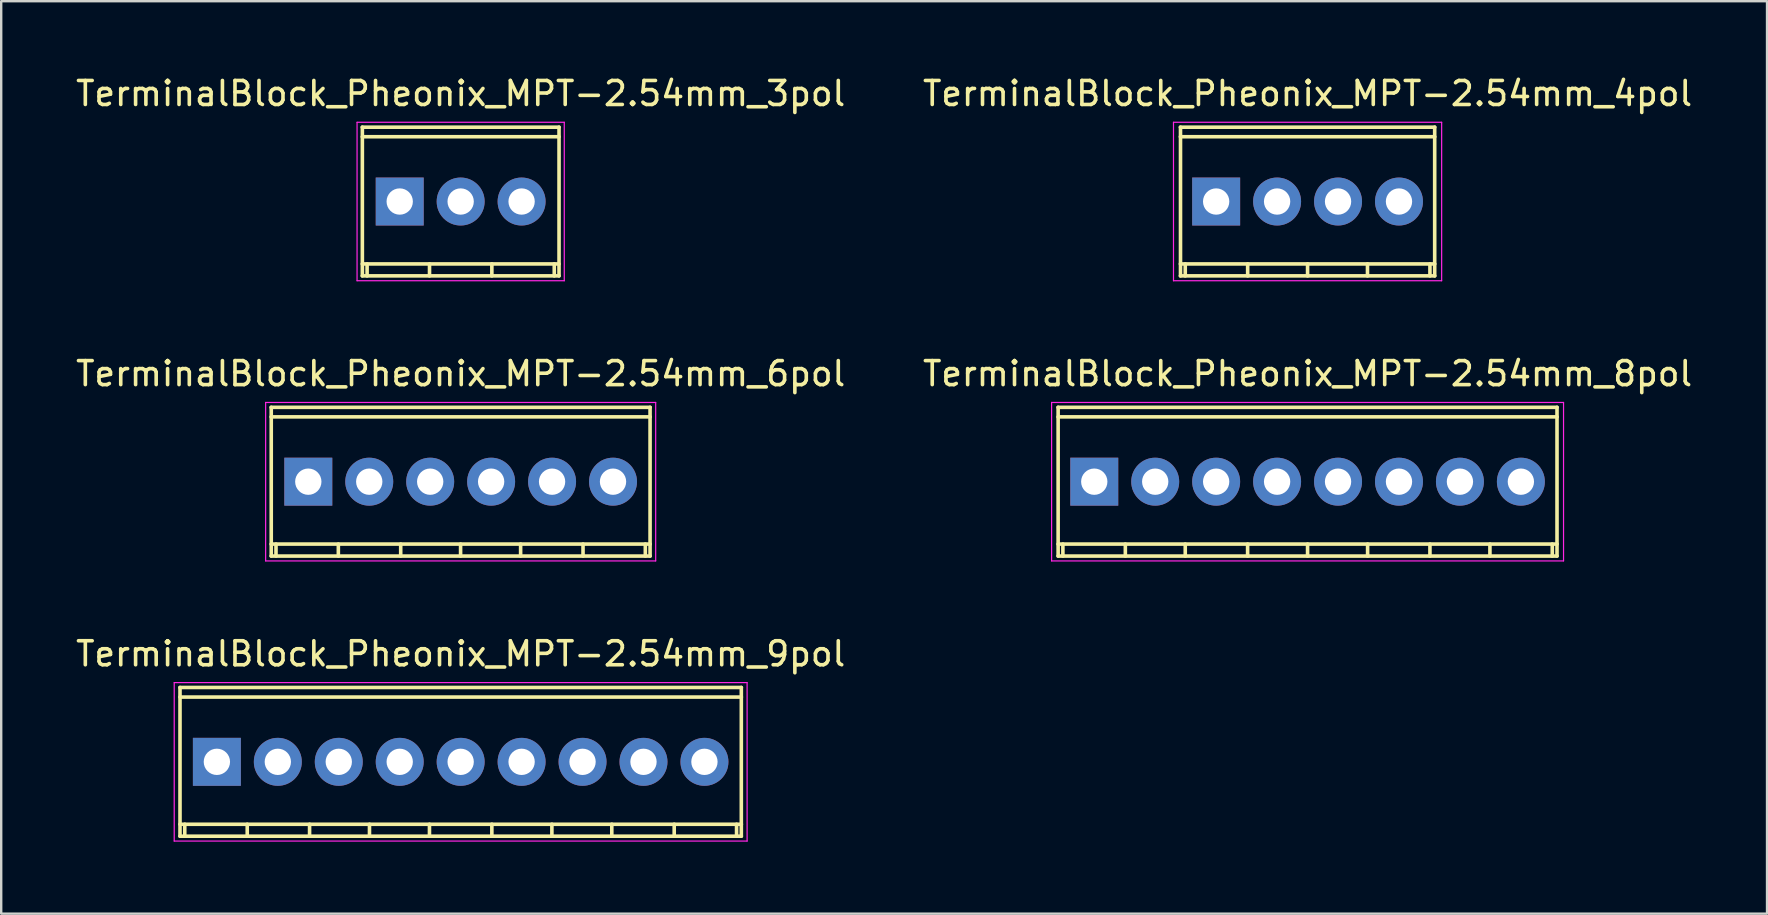
<source format=kicad_pcb>
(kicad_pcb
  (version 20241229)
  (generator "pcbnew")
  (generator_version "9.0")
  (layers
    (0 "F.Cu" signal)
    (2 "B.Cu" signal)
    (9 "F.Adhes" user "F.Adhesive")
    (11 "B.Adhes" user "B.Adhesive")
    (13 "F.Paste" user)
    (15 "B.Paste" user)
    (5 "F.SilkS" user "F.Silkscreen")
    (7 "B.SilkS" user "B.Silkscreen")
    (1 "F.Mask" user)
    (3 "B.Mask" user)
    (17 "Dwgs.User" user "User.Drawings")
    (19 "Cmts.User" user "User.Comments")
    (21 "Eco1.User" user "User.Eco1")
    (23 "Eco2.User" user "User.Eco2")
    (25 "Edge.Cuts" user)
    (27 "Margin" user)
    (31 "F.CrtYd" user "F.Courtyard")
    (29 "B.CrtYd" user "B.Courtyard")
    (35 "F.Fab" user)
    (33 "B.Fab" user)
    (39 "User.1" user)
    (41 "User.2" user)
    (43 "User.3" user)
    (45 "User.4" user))
  (footprint "TerminalBlock_Pheonix_MPT-2.54mm_8pol"
    (layer "F.Cu")
    (at 42.556 17.025)
    (property "Reference" "TerminalBlock_Pheonix_MPT-2.54mm_8pol" (at 8.89 -4.501 0) (layer "F.SilkS") (effects (font (size 1 1) (thickness 0.15))))
    (attr through_hole)
    (fp_line (start -1.509 -2.7) (end 19.289 -2.7) (stroke (width 0.15) (type solid)) (layer "F.SilkS"))
    (fp_line (start -1.509 2.601) (end 19.289 2.601) (stroke (width 0.15) (type solid)) (layer "F.SilkS"))
    (fp_line (start -1.506 -3.099) (end -1.506 3.099) (stroke (width 0.15) (type solid)) (layer "F.SilkS"))
    (fp_line (start -1.308 3.099) (end -1.308 2.601) (stroke (width 0.15) (type solid)) (layer "F.SilkS"))
    (fp_line (start 1.295 3.099) (end 1.295 2.601) (stroke (width 0.15) (type solid)) (layer "F.SilkS"))
    (fp_line (start 3.792 2.601) (end 3.792 3.099) (stroke (width 0.15) (type solid)) (layer "F.SilkS"))
    (fp_line (start 6.391 2.601) (end 6.391 3.099) (stroke (width 0.15) (type solid)) (layer "F.SilkS"))
    (fp_line (start 8.89 2.601) (end 8.89 3.099) (stroke (width 0.15) (type solid)) (layer "F.SilkS"))
    (fp_line (start 11.392 2.601) (end 11.392 3.099) (stroke (width 0.15) (type solid)) (layer "F.SilkS"))
    (fp_line (start 13.99 2.601) (end 13.99 3.099) (stroke (width 0.15) (type solid)) (layer "F.SilkS"))
    (fp_line (start 16.49 2.601) (end 16.49 3.099) (stroke (width 0.15) (type solid)) (layer "F.SilkS"))
    (fp_line (start 19.088 2.601) (end 19.088 3.099) (stroke (width 0.15) (type solid)) (layer "F.SilkS"))
    (fp_line (start 19.286 3.099) (end 19.286 -3.099) (stroke (width 0.15) (type solid)) (layer "F.SilkS"))
    (fp_line (start 19.289 -3.099) (end -1.509 -3.099) (stroke (width 0.15) (type solid)) (layer "F.SilkS"))
    (fp_line (start 19.289 3.099) (end -1.509 3.099) (stroke (width 0.15) (type solid)) (layer "F.SilkS"))
    (fp_line (start -1.778 -3.302) (end 19.558 -3.302) (stroke (width 0.05) (type solid)) (layer "F.CrtYd"))
    (fp_line (start -1.778 3.302) (end -1.778 -3.302) (stroke (width 0.05) (type solid)) (layer "F.CrtYd"))
    (fp_line (start 19.558 -3.302) (end 19.558 3.302) (stroke (width 0.05) (type solid)) (layer "F.CrtYd"))
    (fp_line (start 19.558 3.302) (end -1.778 3.302) (stroke (width 0.05) (type solid)) (layer "F.CrtYd"))
    (pad "1" thru_hole rect (at 0 0 180) (size 1.999 1.999) (drill 1.097) (layers "*.Cu" "*.Mask"))
    (pad "2" thru_hole oval (at 2.54 0 180) (size 1.999 1.999) (drill 1.097) (layers "*.Cu" "*.Mask"))
    (pad "3" thru_hole oval (at 5.08 0 180) (size 1.999 1.999) (drill 1.097) (layers "*.Cu" "*.Mask"))
    (pad "4" thru_hole oval (at 7.62 0 180) (size 1.999 1.999) (drill 1.097) (layers "*.Cu" "*.Mask"))
    (pad "5" thru_hole oval (at 10.16 0 180) (size 1.999 1.999) (drill 1.097) (layers "*.Cu" "*.Mask"))
    (pad "6" thru_hole oval (at 12.7 0 180) (size 1.999 1.999) (drill 1.097) (layers "*.Cu" "*.Mask"))
    (pad "7" thru_hole oval (at 15.24 0 180) (size 1.999 1.999) (drill 1.097) (layers "*.Cu" "*.Mask"))
    (pad "8" thru_hole oval (at 17.78 0 180) (size 1.999 1.999) (drill 1.097) (layers "*.Cu" "*.Mask")))
  (footprint "TerminalBlock_Pheonix_MPT-2.54mm_4pol"
    (layer "F.Cu")
    (at 47.636 5.349)
    (property "Reference" "TerminalBlock_Pheonix_MPT-2.54mm_4pol" (at 3.81 -4.501 0) (layer "F.SilkS") (effects (font (size 1 1) (thickness 0.15))))
    (attr through_hole)
    (fp_line (start -1.491 -2.7) (end 9.111 -2.7) (stroke (width 0.15) (type solid)) (layer "F.SilkS"))
    (fp_line (start -1.491 2.601) (end 9.111 2.601) (stroke (width 0.15) (type solid)) (layer "F.SilkS"))
    (fp_line (start -1.486 -3.099) (end -1.486 3.099) (stroke (width 0.15) (type solid)) (layer "F.SilkS"))
    (fp_line (start -1.288 3.099) (end -1.288 2.601) (stroke (width 0.15) (type solid)) (layer "F.SilkS"))
    (fp_line (start 1.313 3.099) (end 1.313 2.601) (stroke (width 0.15) (type solid)) (layer "F.SilkS"))
    (fp_line (start 3.81 2.601) (end 3.81 3.099) (stroke (width 0.15) (type solid)) (layer "F.SilkS"))
    (fp_line (start 6.307 2.601) (end 6.307 3.099) (stroke (width 0.15) (type solid)) (layer "F.SilkS"))
    (fp_line (start 8.91 2.601) (end 8.91 3.099) (stroke (width 0.15) (type solid)) (layer "F.SilkS"))
    (fp_line (start 9.108 3.099) (end 9.108 -3.099) (stroke (width 0.15) (type solid)) (layer "F.SilkS"))
    (fp_line (start 9.111 -3.099) (end -1.491 -3.099) (stroke (width 0.15) (type solid)) (layer "F.SilkS"))
    (fp_line (start 9.111 3.099) (end -1.491 3.099) (stroke (width 0.15) (type solid)) (layer "F.SilkS"))
    (fp_line (start -1.778 -3.302) (end 9.398 -3.302) (stroke (width 0.05) (type solid)) (layer "F.CrtYd"))
    (fp_line (start -1.778 3.302) (end -1.778 -3.302) (stroke (width 0.05) (type solid)) (layer "F.CrtYd"))
    (fp_line (start 9.398 -3.302) (end 9.398 3.302) (stroke (width 0.05) (type solid)) (layer "F.CrtYd"))
    (fp_line (start 9.398 3.302) (end -1.778 3.302) (stroke (width 0.05) (type solid)) (layer "F.CrtYd"))
    (pad "1" thru_hole rect (at 0 0 180) (size 1.999 1.999) (drill 1.097) (layers "*.Cu" "*.Mask"))
    (pad "2" thru_hole oval (at 2.54 0 180) (size 1.999 1.999) (drill 1.097) (layers "*.Cu" "*.Mask"))
    (pad "3" thru_hole oval (at 5.08 0 180) (size 1.999 1.999) (drill 1.097) (layers "*.Cu" "*.Mask"))
    (pad "4" thru_hole oval (at 7.62 0 180) (size 1.999 1.999) (drill 1.097) (layers "*.Cu" "*.Mask")))
  (footprint "TerminalBlock_Pheonix_MPT-2.54mm_6pol"
    (layer "F.Cu")
    (at 9.799 17.025)
    (property "Reference" "TerminalBlock_Pheonix_MPT-2.54mm_6pol" (at 6.35 -4.501 0) (layer "F.SilkS") (effects (font (size 1 1) (thickness 0.15))))
    (attr through_hole)
    (fp_line (start -1.549 3.099) (end 14.249 3.099) (stroke (width 0.15) (type solid)) (layer "F.SilkS"))
    (fp_line (start -1.544 -3.099) (end -1.544 3.099) (stroke (width 0.15) (type solid)) (layer "F.SilkS"))
    (fp_line (start -1.346 3.099) (end -1.346 2.601) (stroke (width 0.15) (type solid)) (layer "F.SilkS"))
    (fp_line (start 1.252 3.099) (end 1.252 2.601) (stroke (width 0.15) (type solid)) (layer "F.SilkS"))
    (fp_line (start 3.851 2.601) (end 3.851 3.099) (stroke (width 0.15) (type solid)) (layer "F.SilkS"))
    (fp_line (start 6.347 2.601) (end 6.347 3.099) (stroke (width 0.15) (type solid)) (layer "F.SilkS"))
    (fp_line (start 8.849 2.601) (end 8.849 3.099) (stroke (width 0.15) (type solid)) (layer "F.SilkS"))
    (fp_line (start 11.45 2.601) (end 11.45 3.099) (stroke (width 0.15) (type solid)) (layer "F.SilkS"))
    (fp_line (start 14.046 2.601) (end 14.046 3.099) (stroke (width 0.15) (type solid)) (layer "F.SilkS"))
    (fp_line (start 14.244 3.099) (end 14.244 -3.099) (stroke (width 0.15) (type solid)) (layer "F.SilkS"))
    (fp_line (start 14.249 -3.099) (end -1.549 -3.099) (stroke (width 0.15) (type solid)) (layer "F.SilkS"))
    (fp_line (start 14.249 -2.7) (end -1.549 -2.7) (stroke (width 0.15) (type solid)) (layer "F.SilkS"))
    (fp_line (start 14.249 2.601) (end -1.549 2.601) (stroke (width 0.15) (type solid)) (layer "F.SilkS"))
    (fp_line (start -1.778 -3.302) (end 14.478 -3.302) (stroke (width 0.05) (type solid)) (layer "F.CrtYd"))
    (fp_line (start -1.778 3.302) (end -1.778 -3.302) (stroke (width 0.05) (type solid)) (layer "F.CrtYd"))
    (fp_line (start 14.478 -3.302) (end 14.478 3.302) (stroke (width 0.05) (type solid)) (layer "F.CrtYd"))
    (fp_line (start 14.478 3.302) (end -1.778 3.302) (stroke (width 0.05) (type solid)) (layer "F.CrtYd"))
    (pad "1" thru_hole rect (at 0 0 180) (size 1.999 1.999) (drill 1.097) (layers "*.Cu" "*.Mask"))
    (pad "2" thru_hole oval (at 2.54 0 180) (size 1.999 1.999) (drill 1.097) (layers "*.Cu" "*.Mask"))
    (pad "3" thru_hole oval (at 5.08 0 180) (size 1.999 1.999) (drill 1.097) (layers "*.Cu" "*.Mask"))
    (pad "4" thru_hole oval (at 7.62 0 180) (size 1.999 1.999) (drill 1.097) (layers "*.Cu" "*.Mask"))
    (pad "5" thru_hole oval (at 10.16 0 180) (size 1.999 1.999) (drill 1.097) (layers "*.Cu" "*.Mask"))
    (pad "6" thru_hole oval (at 12.7 0 180) (size 1.999 1.999) (drill 1.097) (layers "*.Cu" "*.Mask")))
  (footprint "TerminalBlock_Pheonix_MPT-2.54mm_9pol"
    (layer "F.Cu")
    (at 5.989 28.701)
    (property "Reference" "TerminalBlock_Pheonix_MPT-2.54mm_9pol" (at 10.16 -4.501 0) (layer "F.SilkS") (effects (font (size 1 1) (thickness 0.15))))
    (attr through_hole)
    (fp_line (start -1.539 -2.7) (end 21.859 -2.7) (stroke (width 0.15) (type solid)) (layer "F.SilkS"))
    (fp_line (start -1.539 3.099) (end 21.859 3.099) (stroke (width 0.15) (type solid)) (layer "F.SilkS"))
    (fp_line (start -1.537 -3.099) (end -1.537 3.099) (stroke (width 0.15) (type solid)) (layer "F.SilkS"))
    (fp_line (start -1.339 3.099) (end -1.339 2.601) (stroke (width 0.15) (type solid)) (layer "F.SilkS"))
    (fp_line (start 1.265 3.099) (end 1.265 2.601) (stroke (width 0.15) (type solid)) (layer "F.SilkS"))
    (fp_line (start 3.863 2.601) (end 3.863 3.099) (stroke (width 0.15) (type solid)) (layer "F.SilkS"))
    (fp_line (start 6.36 2.601) (end 6.36 3.099) (stroke (width 0.15) (type solid)) (layer "F.SilkS"))
    (fp_line (start 8.86 2.601) (end 8.86 3.099) (stroke (width 0.15) (type solid)) (layer "F.SilkS"))
    (fp_line (start 11.46 2.601) (end 11.46 3.099) (stroke (width 0.15) (type solid)) (layer "F.SilkS"))
    (fp_line (start 13.962 2.601) (end 13.962 3.099) (stroke (width 0.15) (type solid)) (layer "F.SilkS"))
    (fp_line (start 16.459 2.601) (end 16.459 3.099) (stroke (width 0.15) (type solid)) (layer "F.SilkS"))
    (fp_line (start 19.06 2.601) (end 19.06 3.099) (stroke (width 0.15) (type solid)) (layer "F.SilkS"))
    (fp_line (start 21.659 2.601) (end 21.659 3.099) (stroke (width 0.15) (type solid)) (layer "F.SilkS"))
    (fp_line (start 21.857 3.099) (end 21.857 -3.099) (stroke (width 0.15) (type solid)) (layer "F.SilkS"))
    (fp_line (start 21.859 -3.099) (end -1.539 -3.099) (stroke (width 0.15) (type solid)) (layer "F.SilkS"))
    (fp_line (start 21.859 2.601) (end -1.539 2.601) (stroke (width 0.15) (type solid)) (layer "F.SilkS"))
    (fp_line (start -1.778 -3.302) (end 22.098 -3.302) (stroke (width 0.05) (type solid)) (layer "F.CrtYd"))
    (fp_line (start -1.778 3.302) (end -1.778 -3.302) (stroke (width 0.05) (type solid)) (layer "F.CrtYd"))
    (fp_line (start 22.098 -3.302) (end 22.098 3.302) (stroke (width 0.05) (type solid)) (layer "F.CrtYd"))
    (fp_line (start 22.098 3.302) (end -1.778 3.302) (stroke (width 0.05) (type solid)) (layer "F.CrtYd"))
    (pad "1" thru_hole rect (at 0 0 180) (size 1.999 1.999) (drill 1.097) (layers "*.Cu" "*.Mask"))
    (pad "2" thru_hole oval (at 2.54 0 180) (size 1.999 1.999) (drill 1.097) (layers "*.Cu" "*.Mask"))
    (pad "3" thru_hole oval (at 5.08 0 180) (size 1.999 1.999) (drill 1.097) (layers "*.Cu" "*.Mask"))
    (pad "4" thru_hole oval (at 7.62 0 180) (size 1.999 1.999) (drill 1.097) (layers "*.Cu" "*.Mask"))
    (pad "5" thru_hole oval (at 10.16 0 180) (size 1.999 1.999) (drill 1.097) (layers "*.Cu" "*.Mask"))
    (pad "6" thru_hole oval (at 12.7 0 180) (size 1.999 1.999) (drill 1.097) (layers "*.Cu" "*.Mask"))
    (pad "7" thru_hole oval (at 15.24 0 180) (size 1.999 1.999) (drill 1.097) (layers "*.Cu" "*.Mask"))
    (pad "8" thru_hole oval (at 17.78 0 180) (size 1.999 1.999) (drill 1.097) (layers "*.Cu" "*.Mask"))
    (pad "9" thru_hole oval (at 20.32 0 180) (size 1.999 1.999) (drill 1.097) (layers "*.Cu" "*.Mask")))
  (footprint "TerminalBlock_Pheonix_MPT-2.54mm_3pol"
    (layer "F.Cu")
    (at 13.609 5.349)
    (property "Reference" "TerminalBlock_Pheonix_MPT-2.54mm_3pol" (at 2.54 -4.501 0) (layer "F.SilkS") (effects (font (size 1 1) (thickness 0.15))))
    (attr through_hole)
    (fp_line (start -1.56 3.099) (end 6.64 3.099) (stroke (width 0.15) (type solid)) (layer "F.SilkS"))
    (fp_line (start -1.557 -3.099) (end -1.557 3.099) (stroke (width 0.15) (type solid)) (layer "F.SilkS"))
    (fp_line (start -1.359 3.099) (end -1.359 2.601) (stroke (width 0.15) (type solid)) (layer "F.SilkS"))
    (fp_line (start 1.242 3.099) (end 1.242 2.601) (stroke (width 0.15) (type solid)) (layer "F.SilkS"))
    (fp_line (start 3.84 2.601) (end 3.84 3.099) (stroke (width 0.15) (type solid)) (layer "F.SilkS"))
    (fp_line (start 6.441 2.601) (end 6.441 3.099) (stroke (width 0.15) (type solid)) (layer "F.SilkS"))
    (fp_line (start 6.64 -3.099) (end -1.56 -3.099) (stroke (width 0.15) (type solid)) (layer "F.SilkS"))
    (fp_line (start 6.64 -2.7) (end -1.56 -2.7) (stroke (width 0.15) (type solid)) (layer "F.SilkS"))
    (fp_line (start 6.64 2.601) (end -1.56 2.601) (stroke (width 0.15) (type solid)) (layer "F.SilkS"))
    (fp_line (start 6.64 3.099) (end 6.64 -3.099) (stroke (width 0.15) (type solid)) (layer "F.SilkS"))
    (fp_line (start -1.778 -3.302) (end -1.778 3.302) (stroke (width 0.05) (type solid)) (layer "F.CrtYd"))
    (fp_line (start -1.778 3.302) (end 6.858 3.302) (stroke (width 0.05) (type solid)) (layer "F.CrtYd"))
    (fp_line (start 6.858 -3.302) (end -1.778 -3.302) (stroke (width 0.05) (type solid)) (layer "F.CrtYd"))
    (fp_line (start 6.858 3.302) (end 6.858 -3.302) (stroke (width 0.05) (type solid)) (layer "F.CrtYd"))
    (pad "1" thru_hole rect (at 0 0) (size 1.999 1.999) (drill 1.097) (layers "*.Cu" "*.Mask"))
    (pad "2" thru_hole oval (at 2.54 0) (size 1.999 1.999) (drill 1.097) (layers "*.Cu" "*.Mask"))
    (pad "3" thru_hole oval (at 5.08 0) (size 1.999 1.999) (drill 1.097) (layers "*.Cu" "*.Mask")))
  (gr_rect
    (start -3 -3)
    (end 70.595 35.028)
    (stroke (width 0.1) (type default))
    (fill no)
    (layer "Edge.Cuts")))
</source>
